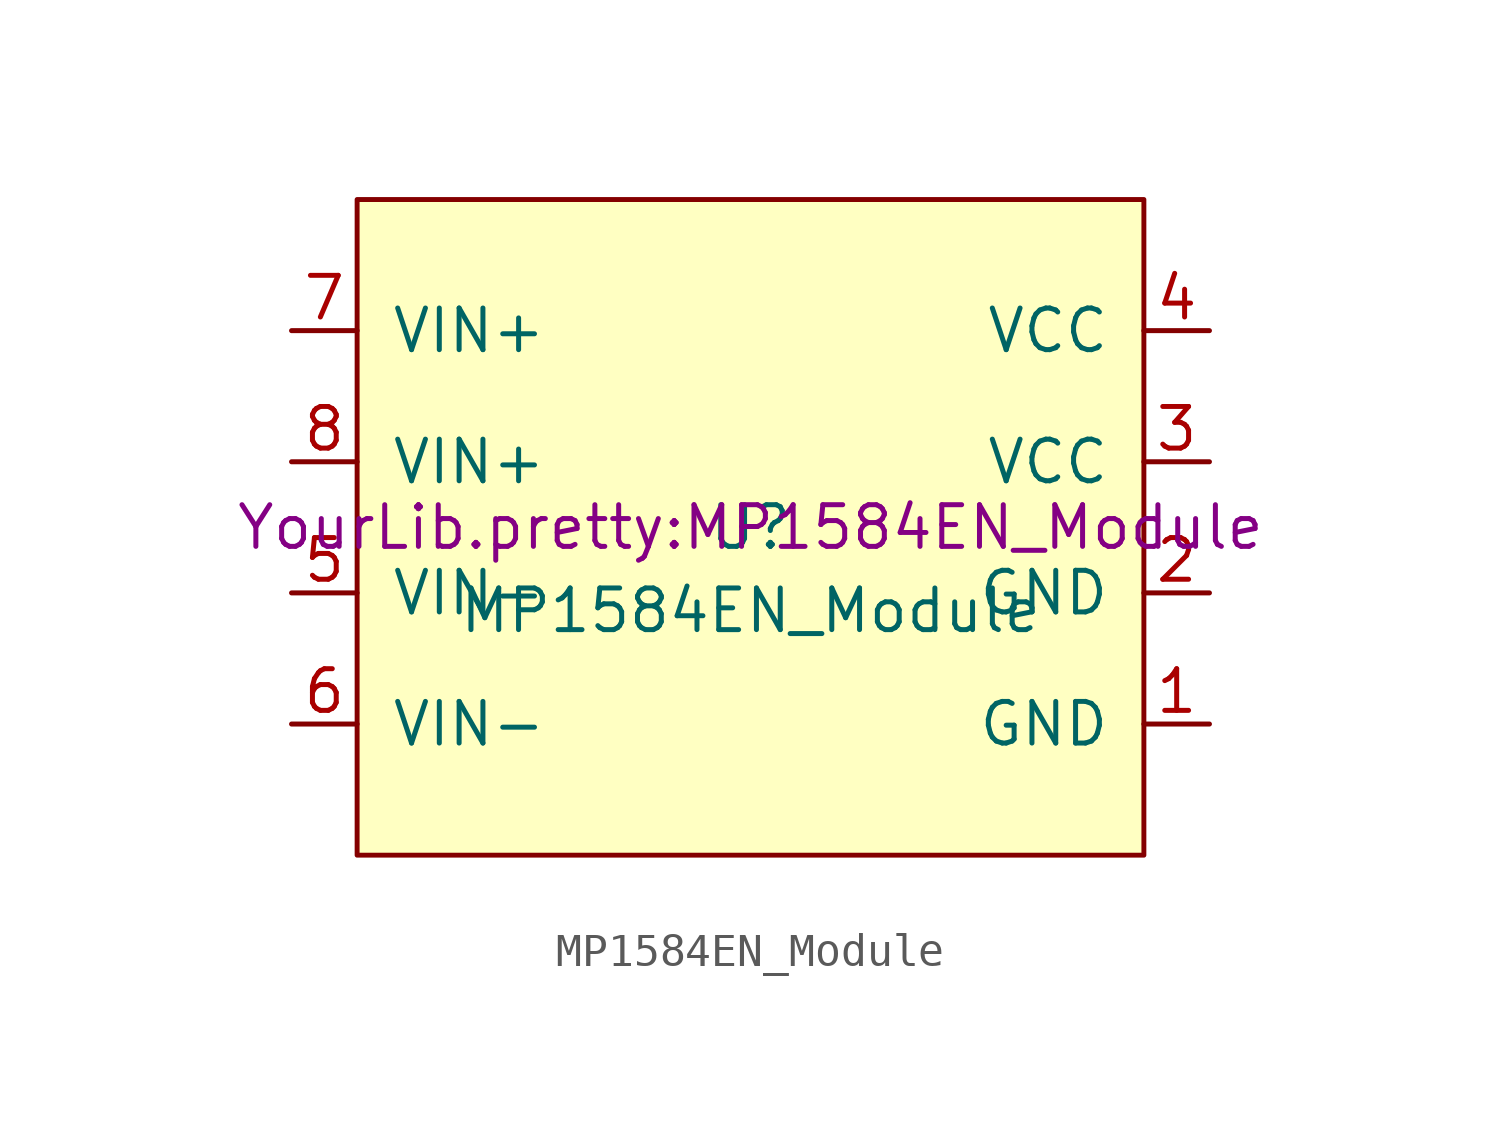
<source format=kicad_sym>
(kicad_symbol_lib
  (version 20211014)
  (generator pcbnew)
  (symbol "MP1584EN_Module"
    (pin_names
      (offset 1.016))
    (property "Reference" "U"
      (at 0 0 0)
      (effects (font (size 1.27 1.27))))
    (property "Value" "MP1584EN_Module"
      (at 0 -2.54 0)
      (effects (font (size 1.27 1.27))))
    (property "Footprint" "YourLib.pretty:MP1584EN_Module")
    (rectangle
      (start -12 10)
      (end 12 -10)
      (stroke (width 0.15))
      (fill (type background)))
    (pin power_in line
      (at -14 6 0)
      (length 2)
      (name "VIN+")
      (number "7"))
    (pin power_in line
      (at -14 2 0)
      (length 2)
      (name "VIN+")
      (number "8"))
    (pin power_in line
      (at -14 -2 0)
      (length 2)
      (name "VIN-")
      (number "5"))
    (pin power_in line
      (at -14 -6 0)
      (length 2)
      (name "VIN-")
      (number "6"))
    (pin power_out line
      (at 14 6 180)
      (length 2)
      (name "VCC")
      (number "4"))
    (pin power_out line
      (at 14 2 180)
      (length 2)
      (name "VCC")
      (number "3"))
    (pin power_out line
      (at 14 -2 180)
      (length 2)
      (name "GND")
      (number "2"))
    (pin power_out line
      (at 14 -6 180)
      (length 2)
      (name "GND")
      (number "1"))))
</source>
